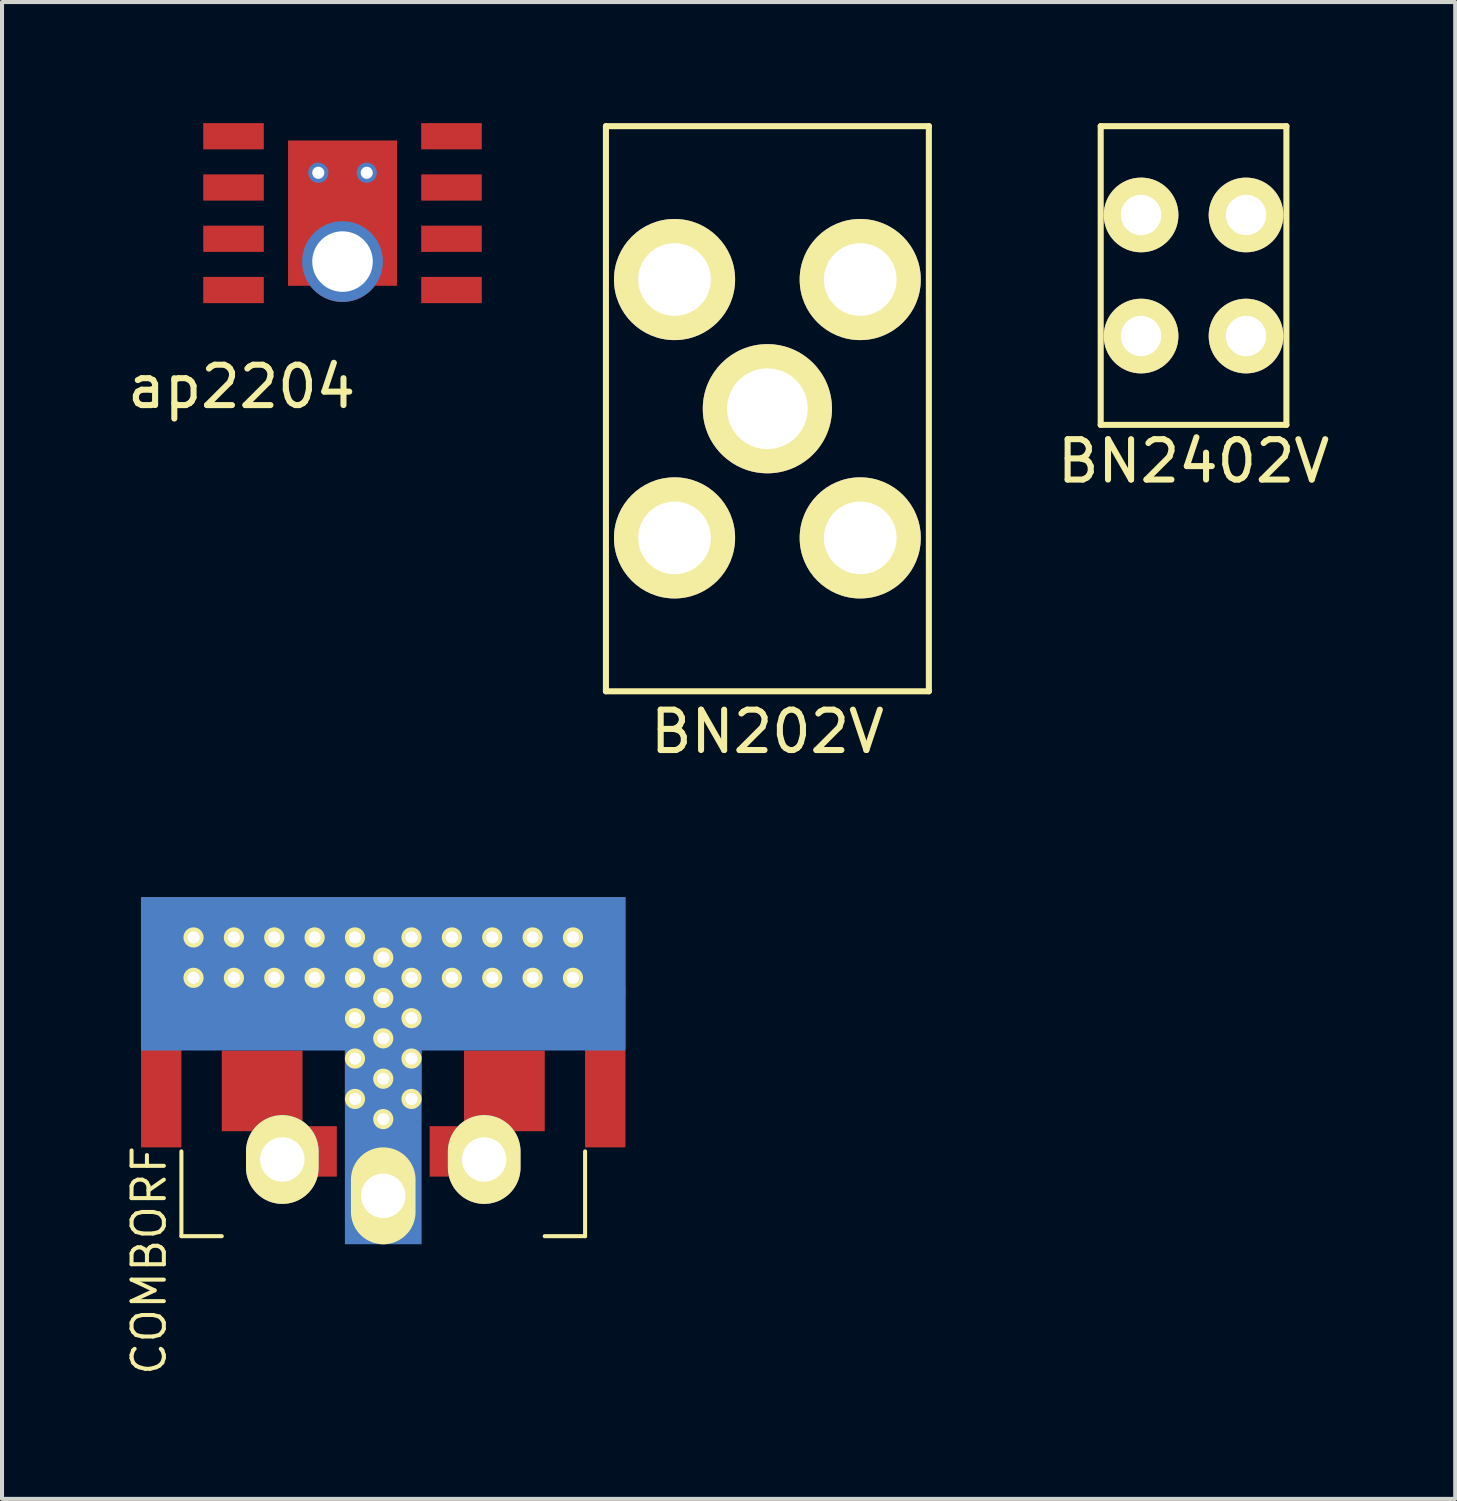
<source format=kicad_pcb>
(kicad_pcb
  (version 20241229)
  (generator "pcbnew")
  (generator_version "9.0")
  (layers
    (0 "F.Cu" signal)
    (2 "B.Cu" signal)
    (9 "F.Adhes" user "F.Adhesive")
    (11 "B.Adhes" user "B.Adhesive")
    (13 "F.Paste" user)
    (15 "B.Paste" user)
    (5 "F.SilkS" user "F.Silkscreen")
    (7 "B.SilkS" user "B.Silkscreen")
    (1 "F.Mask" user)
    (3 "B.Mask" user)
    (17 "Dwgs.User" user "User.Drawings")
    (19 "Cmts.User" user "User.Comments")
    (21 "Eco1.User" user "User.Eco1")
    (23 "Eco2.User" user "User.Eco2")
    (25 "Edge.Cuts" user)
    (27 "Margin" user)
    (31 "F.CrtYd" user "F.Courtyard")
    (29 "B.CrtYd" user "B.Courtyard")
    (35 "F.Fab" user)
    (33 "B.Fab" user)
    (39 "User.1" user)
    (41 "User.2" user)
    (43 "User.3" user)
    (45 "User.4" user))
  (footprint "ap2204"
    (layer "F.Cu")
    (at 5.435 2.23)
    (property "Reference" "ap2204" (at -2.5 4.3 0) (layer "F.SilkS") (effects (font (size 1 1) (thickness 0.15))))
    (attr through_hole)
    (pad "1" smd rect (at -2.7 -1.905) (size 1.5 0.65) (layers "F.Cu" "F.Mask" "F.Paste"))
    (pad "2" smd rect (at -2.7 -0.635) (size 1.5 0.65) (layers "F.Cu" "F.Mask" "F.Paste"))
    (pad "3" smd rect (at -2.7 0.635) (size 1.5 0.65) (layers "F.Cu" "F.Mask" "F.Paste"))
    (pad "4" smd rect (at -2.7 1.905) (size 1.5 0.65) (layers "F.Cu" "F.Mask" "F.Paste"))
    (pad "5" smd rect (at 2.7 1.905) (size 1.5 0.65) (layers "F.Cu" "F.Mask" "F.Paste"))
    (pad "6" smd rect (at 2.7 0.635) (size 1.5 0.65) (layers "F.Cu" "F.Mask" "F.Paste"))
    (pad "7" thru_hole circle (at -0.6 -1) (size 0.5 0.5) (drill 0.3) (layers "*.Cu" "*.Mask"))
    (pad "7" smd rect (at 0 0) (size 2.7 3.6) (layers "F.Cu" "F.Mask" "F.Paste"))
    (pad "7" thru_hole circle (at 0 1.2) (size 2 2) (drill 1.5) (layers "*.Cu" "*.Mask"))
    (pad "7" thru_hole circle (at 0.6 -1) (size 0.5 0.5) (drill 0.3) (layers "*.Cu" "*.Mask"))
    (pad "7" smd rect (at 2.7 -0.635) (size 1.5 0.65) (layers "F.Cu" "F.Mask" "F.Paste"))
    (pad "8" smd rect (at 2.7 -1.905) (size 1.5 0.65) (layers "F.Cu" "F.Mask" "F.Paste")))
  (footprint "COMBORF"
    (layer "F.Cu")
    (at 6.444 19.173)
    (property "Reference" "COMBORF" (at -5.8 9 90) (layer "F.SilkS") (effects (font (size 0.8 0.8) (thickness 0.1))))
    (attr through_hole)
    (fp_line (start -5 8.4) (end -5 6.3) (stroke (width 0.1) (type solid)) (layer "F.SilkS"))
    (fp_line (start -5 8.4) (end -4 8.4) (stroke (width 0.1) (type solid)) (layer "F.SilkS"))
    (fp_line (start 4 8.4) (end 5 8.4) (stroke (width 0.1) (type solid)) (layer "F.SilkS"))
    (fp_line (start 5 8.4) (end 5 6.3) (stroke (width 0.1) (type solid)) (layer "F.SilkS"))
    (pad "1" smd rect (at -3 4.8 180) (size 2 2) (layers "F.Cu" "F.Mask" "F.Paste"))
    (pad "1" thru_hole oval (at -2.5 6.5 180) (size 1.8 2.2) (drill 1.1) (layers "*.Cu" "*.Mask" "F.SilkS"))
    (pad "1" smd rect (at -1.5 6.3) (size 0.7 1.25) (layers "F.Cu" "F.Mask" "F.Paste"))
    (pad "2" smd rect (at -5.5 4.2 180) (size 1 4) (layers "F.Cu" "F.Mask" "F.Paste"))
    (pad "2" thru_hole circle (at -4.7 1 180) (size 0.5 0.5) (drill 0.3) (layers "*.Cu" "*.Mask" "F.SilkS"))
    (pad "2" thru_hole circle (at -4.7 2 180) (size 0.5 0.5) (drill 0.3) (layers "*.Cu" "*.Mask" "F.SilkS"))
    (pad "2" thru_hole circle (at -3.7 1 180) (size 0.5 0.5) (drill 0.3) (layers "*.Cu" "*.Mask" "F.SilkS"))
    (pad "2" thru_hole circle (at -3.7 2 180) (size 0.5 0.5) (drill 0.3) (layers "*.Cu" "*.Mask" "F.SilkS"))
    (pad "2" thru_hole circle (at -2.7 1 180) (size 0.5 0.5) (drill 0.3) (layers "*.Cu" "*.Mask" "F.SilkS"))
    (pad "2" thru_hole circle (at -2.7 2 180) (size 0.5 0.5) (drill 0.3) (layers "*.Cu" "*.Mask" "F.SilkS"))
    (pad "2" thru_hole circle (at -1.7 1 180) (size 0.5 0.5) (drill 0.3) (layers "*.Cu" "*.Mask" "F.SilkS"))
    (pad "2" thru_hole circle (at -1.7 2 180) (size 0.5 0.5) (drill 0.3) (layers "*.Cu" "*.Mask" "F.SilkS"))
    (pad "2" thru_hole circle (at -0.7 1 180) (size 0.5 0.5) (drill 0.3) (layers "*.Cu" "*.Mask" "F.SilkS"))
    (pad "2" thru_hole circle (at -0.7 2 180) (size 0.5 0.5) (drill 0.3) (layers "*.Cu" "*.Mask" "F.SilkS"))
    (pad "2" thru_hole circle (at -0.7 3 180) (size 0.5 0.5) (drill 0.3) (layers "*.Cu" "*.Mask" "F.SilkS"))
    (pad "2" thru_hole circle (at -0.7 4 180) (size 0.5 0.5) (drill 0.3) (layers "*.Cu" "*.Mask" "F.SilkS"))
    (pad "2" thru_hole circle (at -0.7 5 180) (size 0.5 0.5) (drill 0.3) (layers "*.Cu" "*.Mask" "F.SilkS"))
    (pad "2" smd rect (at 0 1.2 180) (size 12 2.4) (layers "F.Cu" "F.Mask" "F.Paste"))
    (pad "2" thru_hole circle (at 0 1.5 180) (size 0.5 0.5) (drill 0.3) (layers "*.Cu" "*.Mask" "F.SilkS"))
    (pad "2" smd rect (at 0 1.9 180) (size 12 3.8) (layers "B.Cu" "B.Mask" "B.Paste"))
    (pad "2" thru_hole circle (at 0 2.5 180) (size 0.5 0.5) (drill 0.3) (layers "*.Cu" "*.Mask" "F.SilkS"))
    (pad "2" smd rect (at 0 3) (size 1.9 4.28) (layers "F.Cu" "F.Mask" "F.Paste"))
    (pad "2" thru_hole circle (at 0 3.5 180) (size 0.5 0.5) (drill 0.3) (layers "*.Cu" "*.Mask" "F.SilkS"))
    (pad "2" thru_hole circle (at 0 4.5 180) (size 0.5 0.5) (drill 0.3) (layers "*.Cu" "*.Mask" "F.SilkS"))
    (pad "2" smd trapezoid (at 0 5.4 180) (size 1.375 0.525) (rect_delta 0 0.525) (layers "F.Cu" "F.Mask" "F.Paste"))
    (pad "2" thru_hole circle (at 0 5.5 180) (size 0.5 0.5) (drill 0.3) (layers "*.Cu" "*.Mask" "F.SilkS"))
    (pad "2" smd rect (at 0 6.1 180) (size 1.9 5) (layers "B.Cu" "B.Mask" "B.Paste"))
    (pad "2" smd rect (at 0 6.3) (size 0.7 1.4) (layers "F.Cu" "F.Mask" "F.Paste"))
    (pad "2" thru_hole oval (at 0 7.4 180) (size 1.6 2.4) (drill 1.1) (layers "*.Cu" "*.Mask" "F.SilkS"))
    (pad "2" thru_hole circle (at 0.7 1 180) (size 0.5 0.5) (drill 0.3) (layers "*.Cu" "*.Mask" "F.SilkS"))
    (pad "2" thru_hole circle (at 0.7 2 180) (size 0.5 0.5) (drill 0.3) (layers "*.Cu" "*.Mask" "F.SilkS"))
    (pad "2" thru_hole circle (at 0.7 3 180) (size 0.5 0.5) (drill 0.3) (layers "*.Cu" "*.Mask" "F.SilkS"))
    (pad "2" thru_hole circle (at 0.7 4 180) (size 0.5 0.5) (drill 0.3) (layers "*.Cu" "*.Mask" "F.SilkS"))
    (pad "2" thru_hole circle (at 0.7 5 180) (size 0.5 0.5) (drill 0.3) (layers "*.Cu" "*.Mask" "F.SilkS"))
    (pad "2" thru_hole circle (at 1.7 1 180) (size 0.5 0.5) (drill 0.3) (layers "*.Cu" "*.Mask" "F.SilkS"))
    (pad "2" thru_hole circle (at 1.7 2 180) (size 0.5 0.5) (drill 0.3) (layers "*.Cu" "*.Mask" "F.SilkS"))
    (pad "2" thru_hole circle (at 2.7 1 180) (size 0.5 0.5) (drill 0.3) (layers "*.Cu" "*.Mask" "F.SilkS"))
    (pad "2" thru_hole circle (at 2.7 2 180) (size 0.5 0.5) (drill 0.3) (layers "*.Cu" "*.Mask" "F.SilkS"))
    (pad "2" thru_hole circle (at 3.7 1 180) (size 0.5 0.5) (drill 0.3) (layers "*.Cu" "*.Mask" "F.SilkS"))
    (pad "2" thru_hole circle (at 3.7 2 180) (size 0.5 0.5) (drill 0.3) (layers "*.Cu" "*.Mask" "F.SilkS"))
    (pad "2" thru_hole circle (at 4.7 1 180) (size 0.5 0.5) (drill 0.3) (layers "*.Cu" "*.Mask" "F.SilkS"))
    (pad "2" thru_hole circle (at 4.7 2 180) (size 0.5 0.5) (drill 0.3) (layers "*.Cu" "*.Mask" "F.SilkS"))
    (pad "2" smd rect (at 5.5 4.2 180) (size 1 4) (layers "F.Cu" "F.Mask" "F.Paste"))
    (pad "3" smd rect (at 1.5 6.3) (size 0.7 1.25) (layers "F.Cu" "F.Mask" "F.Paste"))
    (pad "3" thru_hole oval (at 2.5 6.5 180) (size 1.8 2.2) (drill 1.1) (layers "*.Cu" "*.Mask" "F.SilkS"))
    (pad "3" smd rect (at 3 4.8 180) (size 2 2) (layers "F.Cu" "F.Mask" "F.Paste")))
  (footprint "BN2402V"
    (layer "F.Cu")
    (at 26.517 3.775)
    (property "Reference" "BN2402V" (at 0 4.6 0) (layer "F.SilkS") (effects (font (size 1 1) (thickness 0.15))))
    (attr through_hole)
    (fp_line (start -2.3 -3.7) (end -2.3 3.7) (stroke (width 0.15) (type solid)) (layer "F.SilkS"))
    (fp_line (start -2.3 3.7) (end 2.3 3.7) (stroke (width 0.15) (type solid)) (layer "F.SilkS"))
    (fp_line (start 2.3 -3.7) (end -2.3 -3.7) (stroke (width 0.15) (type solid)) (layer "F.SilkS"))
    (fp_line (start 2.3 3.7) (end 2.3 -3.7) (stroke (width 0.15) (type solid)) (layer "F.SilkS"))
    (pad "1" thru_hole circle (at -1.3 -1.5) (size 1.85 1.85) (drill 1) (layers "*.Cu" "*.Mask" "F.SilkS"))
    (pad "2" thru_hole circle (at -1.3 1.5) (size 1.85 1.85) (drill 1) (layers "*.Cu" "*.Mask" "F.SilkS"))
    (pad "3" thru_hole circle (at 1.3 1.5) (size 1.85 1.85) (drill 1) (layers "*.Cu" "*.Mask" "F.SilkS"))
    (pad "4" thru_hole circle (at 1.3 -1.5) (size 1.85 1.85) (drill 1) (layers "*.Cu" "*.Mask" "F.SilkS")))
  (footprint "BN202V"
    (layer "F.Cu")
    (at 15.96 7.075)
    (property "Reference" "BN202V" (at 0 8 0) (layer "F.SilkS") (effects (font (size 1 1) (thickness 0.15))))
    (attr through_hole)
    (fp_line (start -4 -7) (end -4 7) (stroke (width 0.15) (type solid)) (layer "F.SilkS"))
    (fp_line (start -4 7) (end 4 7) (stroke (width 0.15) (type solid)) (layer "F.SilkS"))
    (fp_line (start 4 -7) (end -4 -7) (stroke (width 0.15) (type solid)) (layer "F.SilkS"))
    (fp_line (start 4 7) (end 4 -7) (stroke (width 0.15) (type solid)) (layer "F.SilkS"))
    (pad "1" thru_hole circle (at -2.3 3.2) (size 3 3) (drill 1.8) (layers "*.Cu" "*.Mask" "F.SilkS"))
    (pad "2" thru_hole circle (at 0 0) (size 3.2 3.2) (drill 2) (layers "*.Cu" "*.Mask" "F.SilkS"))
    (pad "3" thru_hole circle (at -2.3 -3.2) (size 3 3) (drill 1.8) (layers "*.Cu" "*.Mask" "F.SilkS"))
    (pad "4" thru_hole circle (at 2.3 -3.2) (size 3 3) (drill 1.8) (layers "*.Cu" "*.Mask" "F.SilkS"))
    (pad "5" thru_hole circle (at 2.3 3.2) (size 3 3) (drill 1.8) (layers "*.Cu" "*.Mask" "F.SilkS")))
  (gr_rect
    (start -3 -3)
    (end 32.999 34.081)
    (stroke (width 0.1) (type default))
    (fill no)
    (layer "Edge.Cuts")))
</source>
